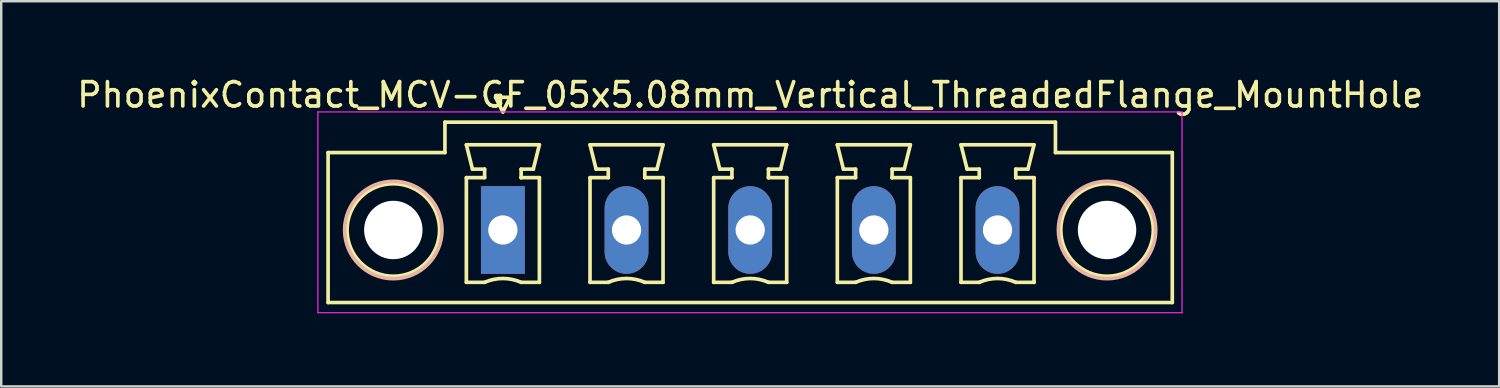
<source format=kicad_pcb>
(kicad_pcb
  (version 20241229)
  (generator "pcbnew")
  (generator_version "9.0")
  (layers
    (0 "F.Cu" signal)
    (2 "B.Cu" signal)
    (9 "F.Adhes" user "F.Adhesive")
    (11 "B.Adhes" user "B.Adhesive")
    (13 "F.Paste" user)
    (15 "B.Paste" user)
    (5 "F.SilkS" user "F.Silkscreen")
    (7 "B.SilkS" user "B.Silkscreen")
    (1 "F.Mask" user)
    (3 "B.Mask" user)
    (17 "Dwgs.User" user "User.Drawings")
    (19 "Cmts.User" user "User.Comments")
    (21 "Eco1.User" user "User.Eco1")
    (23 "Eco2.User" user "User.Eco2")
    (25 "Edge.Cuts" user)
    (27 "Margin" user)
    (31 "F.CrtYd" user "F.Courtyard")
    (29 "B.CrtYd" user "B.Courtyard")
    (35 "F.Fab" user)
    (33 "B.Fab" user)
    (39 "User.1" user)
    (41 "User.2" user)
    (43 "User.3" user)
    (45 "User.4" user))
  (footprint "PhoenixContact_MCV-GF_05x5.08mm_Vertical_ThreadedFlange_MountHole"
    (layer "F.Cu")
    (at 17.608 6.398)
    (property "Reference" "PhoenixContact_MCV-GF_05x5.08mm_Vertical_ThreadedFlange_MountHole" (at 10.16 -5.55 0) (layer "F.SilkS") (effects (font (size 1 1) (thickness 0.15))))
    (attr through_hole)
    (fp_line (start -7.18 -3.18) (end -7.18 2.98) (stroke (width 0.15) (type solid)) (layer "F.SilkS"))
    (fp_line (start -7.18 2.98) (end 27.5 2.98) (stroke (width 0.15) (type solid)) (layer "F.SilkS"))
    (fp_line (start -2.38 -4.43) (end -2.38 -3.18) (stroke (width 0.15) (type solid)) (layer "F.SilkS"))
    (fp_line (start -2.38 -3.18) (end -7.18 -3.18) (stroke (width 0.15) (type solid)) (layer "F.SilkS"))
    (fp_line (start -1.5 -3.5) (end 1.5 -3.5) (stroke (width 0.15) (type solid)) (layer "F.SilkS"))
    (fp_line (start -1.5 -2.15) (end -0.75 -2.15) (stroke (width 0.15) (type solid)) (layer "F.SilkS"))
    (fp_line (start -1.5 2.15) (end -1.5 -2.15) (stroke (width 0.15) (type solid)) (layer "F.SilkS"))
    (fp_line (start -1.25 -2.5) (end -1.5 -3.5) (stroke (width 0.15) (type solid)) (layer "F.SilkS"))
    (fp_line (start -0.75 -2.5) (end -1.25 -2.5) (stroke (width 0.15) (type solid)) (layer "F.SilkS"))
    (fp_line (start -0.75 -2.15) (end -0.75 -2.5) (stroke (width 0.15) (type solid)) (layer "F.SilkS"))
    (fp_line (start -0.75 2.15) (end -1.5 2.15) (stroke (width 0.15) (type solid)) (layer "F.SilkS"))
    (fp_line (start -0.3 -5.45) (end 0 -4.85) (stroke (width 0.15) (type solid)) (layer "F.SilkS"))
    (fp_line (start 0 -4.85) (end 0.3 -5.45) (stroke (width 0.15) (type solid)) (layer "F.SilkS"))
    (fp_line (start 0.3 -5.45) (end -0.3 -5.45) (stroke (width 0.15) (type solid)) (layer "F.SilkS"))
    (fp_line (start 0.75 -2.5) (end 0.75 -2.15) (stroke (width 0.15) (type solid)) (layer "F.SilkS"))
    (fp_line (start 0.75 -2.15) (end 0.75 -2.15) (stroke (width 0.15) (type solid)) (layer "F.SilkS"))
    (fp_line (start 0.75 -2.15) (end 1.5 -2.15) (stroke (width 0.15) (type solid)) (layer "F.SilkS"))
    (fp_line (start 1.25 -2.5) (end 0.75 -2.5) (stroke (width 0.15) (type solid)) (layer "F.SilkS"))
    (fp_line (start 1.5 -3.5) (end 1.25 -2.5) (stroke (width 0.15) (type solid)) (layer "F.SilkS"))
    (fp_line (start 1.5 -2.15) (end 1.5 2.15) (stroke (width 0.15) (type solid)) (layer "F.SilkS"))
    (fp_line (start 1.5 2.15) (end 0.75 2.15) (stroke (width 0.15) (type solid)) (layer "F.SilkS"))
    (fp_line (start 3.58 -3.5) (end 6.58 -3.5) (stroke (width 0.15) (type solid)) (layer "F.SilkS"))
    (fp_line (start 3.58 -2.15) (end 4.33 -2.15) (stroke (width 0.15) (type solid)) (layer "F.SilkS"))
    (fp_line (start 3.58 2.15) (end 3.58 -2.15) (stroke (width 0.15) (type solid)) (layer "F.SilkS"))
    (fp_line (start 3.83 -2.5) (end 3.58 -3.5) (stroke (width 0.15) (type solid)) (layer "F.SilkS"))
    (fp_line (start 4.33 -2.5) (end 3.83 -2.5) (stroke (width 0.15) (type solid)) (layer "F.SilkS"))
    (fp_line (start 4.33 -2.15) (end 4.33 -2.5) (stroke (width 0.15) (type solid)) (layer "F.SilkS"))
    (fp_line (start 4.33 2.15) (end 3.58 2.15) (stroke (width 0.15) (type solid)) (layer "F.SilkS"))
    (fp_line (start 5.83 -2.5) (end 5.83 -2.15) (stroke (width 0.15) (type solid)) (layer "F.SilkS"))
    (fp_line (start 5.83 -2.15) (end 5.83 -2.15) (stroke (width 0.15) (type solid)) (layer "F.SilkS"))
    (fp_line (start 5.83 -2.15) (end 6.58 -2.15) (stroke (width 0.15) (type solid)) (layer "F.SilkS"))
    (fp_line (start 6.33 -2.5) (end 5.83 -2.5) (stroke (width 0.15) (type solid)) (layer "F.SilkS"))
    (fp_line (start 6.58 -3.5) (end 6.33 -2.5) (stroke (width 0.15) (type solid)) (layer "F.SilkS"))
    (fp_line (start 6.58 -2.15) (end 6.58 2.15) (stroke (width 0.15) (type solid)) (layer "F.SilkS"))
    (fp_line (start 6.58 2.15) (end 5.83 2.15) (stroke (width 0.15) (type solid)) (layer "F.SilkS"))
    (fp_line (start 8.66 -3.5) (end 11.66 -3.5) (stroke (width 0.15) (type solid)) (layer "F.SilkS"))
    (fp_line (start 8.66 -2.15) (end 9.41 -2.15) (stroke (width 0.15) (type solid)) (layer "F.SilkS"))
    (fp_line (start 8.66 2.15) (end 8.66 -2.15) (stroke (width 0.15) (type solid)) (layer "F.SilkS"))
    (fp_line (start 8.91 -2.5) (end 8.66 -3.5) (stroke (width 0.15) (type solid)) (layer "F.SilkS"))
    (fp_line (start 9.41 -2.5) (end 8.91 -2.5) (stroke (width 0.15) (type solid)) (layer "F.SilkS"))
    (fp_line (start 9.41 -2.15) (end 9.41 -2.5) (stroke (width 0.15) (type solid)) (layer "F.SilkS"))
    (fp_line (start 9.41 2.15) (end 8.66 2.15) (stroke (width 0.15) (type solid)) (layer "F.SilkS"))
    (fp_line (start 10.91 -2.5) (end 10.91 -2.15) (stroke (width 0.15) (type solid)) (layer "F.SilkS"))
    (fp_line (start 10.91 -2.15) (end 10.91 -2.15) (stroke (width 0.15) (type solid)) (layer "F.SilkS"))
    (fp_line (start 10.91 -2.15) (end 11.66 -2.15) (stroke (width 0.15) (type solid)) (layer "F.SilkS"))
    (fp_line (start 11.41 -2.5) (end 10.91 -2.5) (stroke (width 0.15) (type solid)) (layer "F.SilkS"))
    (fp_line (start 11.66 -3.5) (end 11.41 -2.5) (stroke (width 0.15) (type solid)) (layer "F.SilkS"))
    (fp_line (start 11.66 -2.15) (end 11.66 2.15) (stroke (width 0.15) (type solid)) (layer "F.SilkS"))
    (fp_line (start 11.66 2.15) (end 10.91 2.15) (stroke (width 0.15) (type solid)) (layer "F.SilkS"))
    (fp_line (start 13.74 -3.5) (end 16.74 -3.5) (stroke (width 0.15) (type solid)) (layer "F.SilkS"))
    (fp_line (start 13.74 -2.15) (end 14.49 -2.15) (stroke (width 0.15) (type solid)) (layer "F.SilkS"))
    (fp_line (start 13.74 2.15) (end 13.74 -2.15) (stroke (width 0.15) (type solid)) (layer "F.SilkS"))
    (fp_line (start 13.99 -2.5) (end 13.74 -3.5) (stroke (width 0.15) (type solid)) (layer "F.SilkS"))
    (fp_line (start 14.49 -2.5) (end 13.99 -2.5) (stroke (width 0.15) (type solid)) (layer "F.SilkS"))
    (fp_line (start 14.49 -2.15) (end 14.49 -2.5) (stroke (width 0.15) (type solid)) (layer "F.SilkS"))
    (fp_line (start 14.49 2.15) (end 13.74 2.15) (stroke (width 0.15) (type solid)) (layer "F.SilkS"))
    (fp_line (start 15.99 -2.5) (end 15.99 -2.15) (stroke (width 0.15) (type solid)) (layer "F.SilkS"))
    (fp_line (start 15.99 -2.15) (end 15.99 -2.15) (stroke (width 0.15) (type solid)) (layer "F.SilkS"))
    (fp_line (start 15.99 -2.15) (end 16.74 -2.15) (stroke (width 0.15) (type solid)) (layer "F.SilkS"))
    (fp_line (start 16.49 -2.5) (end 15.99 -2.5) (stroke (width 0.15) (type solid)) (layer "F.SilkS"))
    (fp_line (start 16.74 -3.5) (end 16.49 -2.5) (stroke (width 0.15) (type solid)) (layer "F.SilkS"))
    (fp_line (start 16.74 -2.15) (end 16.74 2.15) (stroke (width 0.15) (type solid)) (layer "F.SilkS"))
    (fp_line (start 16.74 2.15) (end 15.99 2.15) (stroke (width 0.15) (type solid)) (layer "F.SilkS"))
    (fp_line (start 18.82 -3.5) (end 21.82 -3.5) (stroke (width 0.15) (type solid)) (layer "F.SilkS"))
    (fp_line (start 18.82 -2.15) (end 19.57 -2.15) (stroke (width 0.15) (type solid)) (layer "F.SilkS"))
    (fp_line (start 18.82 2.15) (end 18.82 -2.15) (stroke (width 0.15) (type solid)) (layer "F.SilkS"))
    (fp_line (start 19.07 -2.5) (end 18.82 -3.5) (stroke (width 0.15) (type solid)) (layer "F.SilkS"))
    (fp_line (start 19.57 -2.5) (end 19.07 -2.5) (stroke (width 0.15) (type solid)) (layer "F.SilkS"))
    (fp_line (start 19.57 -2.15) (end 19.57 -2.5) (stroke (width 0.15) (type solid)) (layer "F.SilkS"))
    (fp_line (start 19.57 2.15) (end 18.82 2.15) (stroke (width 0.15) (type solid)) (layer "F.SilkS"))
    (fp_line (start 21.07 -2.5) (end 21.07 -2.15) (stroke (width 0.15) (type solid)) (layer "F.SilkS"))
    (fp_line (start 21.07 -2.15) (end 21.07 -2.15) (stroke (width 0.15) (type solid)) (layer "F.SilkS"))
    (fp_line (start 21.07 -2.15) (end 21.82 -2.15) (stroke (width 0.15) (type solid)) (layer "F.SilkS"))
    (fp_line (start 21.57 -2.5) (end 21.07 -2.5) (stroke (width 0.15) (type solid)) (layer "F.SilkS"))
    (fp_line (start 21.82 -3.5) (end 21.57 -2.5) (stroke (width 0.15) (type solid)) (layer "F.SilkS"))
    (fp_line (start 21.82 -2.15) (end 21.82 2.15) (stroke (width 0.15) (type solid)) (layer "F.SilkS"))
    (fp_line (start 21.82 2.15) (end 21.07 2.15) (stroke (width 0.15) (type solid)) (layer "F.SilkS"))
    (fp_line (start 22.7 -4.43) (end -2.38 -4.43) (stroke (width 0.15) (type solid)) (layer "F.SilkS"))
    (fp_line (start 22.7 -3.18) (end 22.7 -4.43) (stroke (width 0.15) (type solid)) (layer "F.SilkS"))
    (fp_line (start 27.5 -3.18) (end 22.7 -3.18) (stroke (width 0.15) (type solid)) (layer "F.SilkS"))
    (fp_line (start 27.5 2.98) (end 27.5 -3.18) (stroke (width 0.15) (type solid)) (layer "F.SilkS"))
    (fp_arc (start -0.75 2.15) (mid -0.000193 1.99191) (end 0.749647 2.149844) (stroke (width 0.15) (type solid)) (layer "F.SilkS"))
    (fp_arc (start 4.33 2.15) (mid 5.079807 1.99191) (end 5.829647 2.149844) (stroke (width 0.15) (type solid)) (layer "F.SilkS"))
    (fp_arc (start 9.41 2.15) (mid 10.159807 1.99191) (end 10.909647 2.149844) (stroke (width 0.15) (type solid)) (layer "F.SilkS"))
    (fp_arc (start 14.49 2.15) (mid 15.239807 1.99191) (end 15.989647 2.149844) (stroke (width 0.15) (type solid)) (layer "F.SilkS"))
    (fp_arc (start 19.57 2.15) (mid 20.319807 1.99191) (end 21.069647 2.149844) (stroke (width 0.15) (type solid)) (layer "F.SilkS"))
    (fp_circle (center -4.5 0) (end -2.6 0) (stroke (width 0.15) (type solid)) (fill no) (layer "F.SilkS"))
    (fp_circle (center 24.82 0) (end 26.72 0) (stroke (width 0.15) (type solid)) (fill no) (layer "F.SilkS"))
    (fp_circle (center -4.5 0) (end -2.5 0) (stroke (width 0.15) (type solid)) (fill no) (layer "B.SilkS"))
    (fp_circle (center 24.82 0) (end 26.82 0) (stroke (width 0.15) (type solid)) (fill no) (layer "B.SilkS"))
    (fp_line (start -7.6 -4.85) (end -7.6 3.4) (stroke (width 0.05) (type solid)) (layer "F.CrtYd"))
    (fp_line (start -7.6 3.4) (end 27.9 3.4) (stroke (width 0.05) (type solid)) (layer "F.CrtYd"))
    (fp_line (start 27.9 -4.85) (end -7.6 -4.85) (stroke (width 0.05) (type solid)) (layer "F.CrtYd"))
    (fp_line (start 27.9 3.4) (end 27.9 -4.85) (stroke (width 0.05) (type solid)) (layer "F.CrtYd"))
    (pad "" np_thru_hole circle (at -4.5 0) (size 2.4 2.4) (drill 2.4) (layers "*.Cu" "*.Mask"))
    (pad "" np_thru_hole circle (at 24.82 0) (size 2.4 2.4) (drill 2.4) (layers "*.Cu" "*.Mask"))
    (pad "1" thru_hole rect (at 0 0) (size 1.8 3.6) (drill 1.2) (layers "*.Cu" "*.Mask"))
    (pad "2" thru_hole oval (at 5.08 0) (size 1.8 3.6) (drill 1.2) (layers "*.Cu" "*.Mask"))
    (pad "3" thru_hole oval (at 10.16 0) (size 1.8 3.6) (drill 1.2) (layers "*.Cu" "*.Mask"))
    (pad "4" thru_hole oval (at 15.24 0) (size 1.8 3.6) (drill 1.2) (layers "*.Cu" "*.Mask"))
    (pad "5" thru_hole oval (at 20.32 0) (size 1.8 3.6) (drill 1.2) (layers "*.Cu" "*.Mask")))
  (gr_rect
    (start -3 -3)
    (end 58.536 12.823)
    (stroke (width 0.1) (type default))
    (fill no)
    (layer "Edge.Cuts")))
</source>
